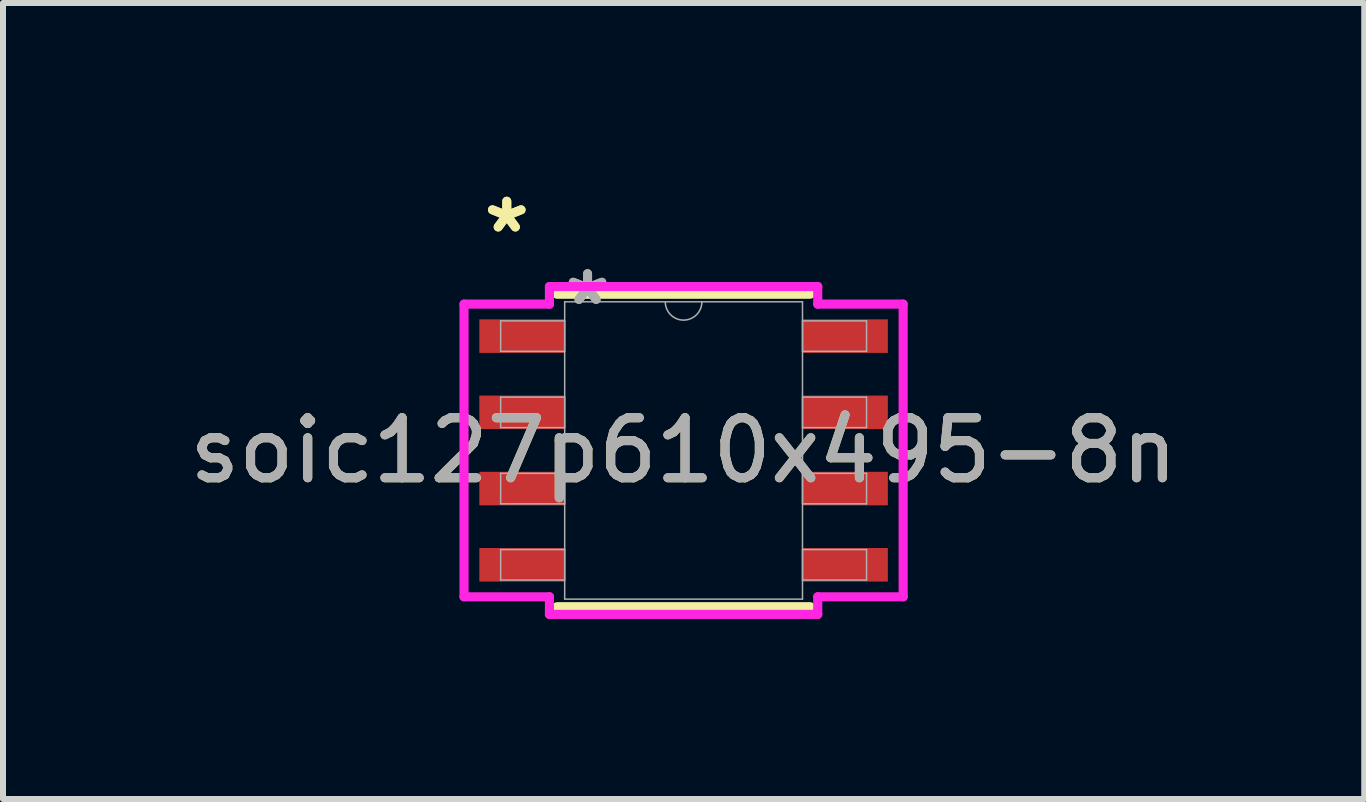
<source format=kicad_pcb>
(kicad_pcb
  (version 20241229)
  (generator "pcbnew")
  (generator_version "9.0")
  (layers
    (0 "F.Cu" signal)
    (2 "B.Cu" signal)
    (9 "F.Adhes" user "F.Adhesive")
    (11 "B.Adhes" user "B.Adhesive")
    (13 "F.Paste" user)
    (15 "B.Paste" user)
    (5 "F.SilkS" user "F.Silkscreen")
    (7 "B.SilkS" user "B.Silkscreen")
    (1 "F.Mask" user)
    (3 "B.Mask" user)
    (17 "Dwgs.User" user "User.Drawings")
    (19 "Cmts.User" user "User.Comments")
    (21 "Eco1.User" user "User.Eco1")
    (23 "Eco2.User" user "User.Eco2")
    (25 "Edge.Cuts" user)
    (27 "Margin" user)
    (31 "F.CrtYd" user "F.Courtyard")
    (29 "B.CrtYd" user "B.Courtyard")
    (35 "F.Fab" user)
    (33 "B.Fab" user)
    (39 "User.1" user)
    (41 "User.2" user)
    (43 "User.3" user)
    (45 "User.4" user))
  (footprint "soic127p610x495-8n"
    (layer "F.Cu")
    (at 8.339 4.455)
    (property "Reference" "soic127p610x495-8n" (at 0 0 0) (unlocked yes) (layer "F.SilkS") (effects (font (size 1 1) (thickness 0.15))))
    (attr smd)
    (fp_line (start -2.108 2.603) (end 2.108 2.603) (stroke (width 0.152) (type solid)) (layer "F.SilkS"))
    (fp_line (start 2.108 -2.603) (end -2.108 -2.603) (stroke (width 0.152) (type solid)) (layer "F.SilkS"))
    (fp_line (start -3.658 -2.438) (end -2.235 -2.438) (stroke (width 0.152) (type solid)) (layer "F.CrtYd"))
    (fp_line (start -3.658 2.438) (end -3.658 -2.438) (stroke (width 0.152) (type solid)) (layer "F.CrtYd"))
    (fp_line (start -3.658 2.438) (end -2.235 2.438) (stroke (width 0.152) (type solid)) (layer "F.CrtYd"))
    (fp_line (start -2.235 -2.731) (end 2.235 -2.731) (stroke (width 0.152) (type solid)) (layer "F.CrtYd"))
    (fp_line (start -2.235 -2.438) (end -2.235 -2.731) (stroke (width 0.152) (type solid)) (layer "F.CrtYd"))
    (fp_line (start -2.235 2.731) (end -2.235 2.438) (stroke (width 0.152) (type solid)) (layer "F.CrtYd"))
    (fp_line (start 2.235 -2.731) (end 2.235 -2.438) (stroke (width 0.152) (type solid)) (layer "F.CrtYd"))
    (fp_line (start 2.235 2.438) (end 2.235 2.731) (stroke (width 0.152) (type solid)) (layer "F.CrtYd"))
    (fp_line (start 2.235 2.731) (end -2.235 2.731) (stroke (width 0.152) (type solid)) (layer "F.CrtYd"))
    (fp_line (start 3.658 -2.438) (end 2.235 -2.438) (stroke (width 0.152) (type solid)) (layer "F.CrtYd"))
    (fp_line (start 3.658 -2.438) (end 3.658 2.438) (stroke (width 0.152) (type solid)) (layer "F.CrtYd"))
    (fp_line (start 3.658 2.438) (end 2.235 2.438) (stroke (width 0.152) (type solid)) (layer "F.CrtYd"))
    (fp_line (start -3.048 -2.159) (end -3.048 -1.651) (stroke (width 0.025) (type solid)) (layer "F.Fab"))
    (fp_line (start -3.048 -1.651) (end -1.981 -1.651) (stroke (width 0.025) (type solid)) (layer "F.Fab"))
    (fp_line (start -3.048 -0.889) (end -3.048 -0.381) (stroke (width 0.025) (type solid)) (layer "F.Fab"))
    (fp_line (start -3.048 -0.381) (end -1.981 -0.381) (stroke (width 0.025) (type solid)) (layer "F.Fab"))
    (fp_line (start -3.048 0.381) (end -3.048 0.889) (stroke (width 0.025) (type solid)) (layer "F.Fab"))
    (fp_line (start -3.048 0.889) (end -1.981 0.889) (stroke (width 0.025) (type solid)) (layer "F.Fab"))
    (fp_line (start -3.048 1.651) (end -3.048 2.159) (stroke (width 0.025) (type solid)) (layer "F.Fab"))
    (fp_line (start -3.048 2.159) (end -1.981 2.159) (stroke (width 0.025) (type solid)) (layer "F.Fab"))
    (fp_line (start -1.981 -2.477) (end -1.981 2.477) (stroke (width 0.025) (type solid)) (layer "F.Fab"))
    (fp_line (start -1.981 -2.159) (end -3.048 -2.159) (stroke (width 0.025) (type solid)) (layer "F.Fab"))
    (fp_line (start -1.981 -1.651) (end -1.981 -2.159) (stroke (width 0.025) (type solid)) (layer "F.Fab"))
    (fp_line (start -1.981 -0.889) (end -3.048 -0.889) (stroke (width 0.025) (type solid)) (layer "F.Fab"))
    (fp_line (start -1.981 -0.381) (end -1.981 -0.889) (stroke (width 0.025) (type solid)) (layer "F.Fab"))
    (fp_line (start -1.981 0.381) (end -3.048 0.381) (stroke (width 0.025) (type solid)) (layer "F.Fab"))
    (fp_line (start -1.981 0.889) (end -1.981 0.381) (stroke (width 0.025) (type solid)) (layer "F.Fab"))
    (fp_line (start -1.981 1.651) (end -3.048 1.651) (stroke (width 0.025) (type solid)) (layer "F.Fab"))
    (fp_line (start -1.981 2.159) (end -1.981 1.651) (stroke (width 0.025) (type solid)) (layer "F.Fab"))
    (fp_line (start -1.981 2.477) (end 1.981 2.477) (stroke (width 0.025) (type solid)) (layer "F.Fab"))
    (fp_line (start 1.981 -2.477) (end -1.981 -2.477) (stroke (width 0.025) (type solid)) (layer "F.Fab"))
    (fp_line (start 1.981 -2.159) (end 1.981 -1.651) (stroke (width 0.025) (type solid)) (layer "F.Fab"))
    (fp_line (start 1.981 -1.651) (end 3.048 -1.651) (stroke (width 0.025) (type solid)) (layer "F.Fab"))
    (fp_line (start 1.981 -0.889) (end 1.981 -0.381) (stroke (width 0.025) (type solid)) (layer "F.Fab"))
    (fp_line (start 1.981 -0.381) (end 3.048 -0.381) (stroke (width 0.025) (type solid)) (layer "F.Fab"))
    (fp_line (start 1.981 0.381) (end 1.981 0.889) (stroke (width 0.025) (type solid)) (layer "F.Fab"))
    (fp_line (start 1.981 0.889) (end 3.048 0.889) (stroke (width 0.025) (type solid)) (layer "F.Fab"))
    (fp_line (start 1.981 1.651) (end 1.981 2.159) (stroke (width 0.025) (type solid)) (layer "F.Fab"))
    (fp_line (start 1.981 2.159) (end 3.048 2.159) (stroke (width 0.025) (type solid)) (layer "F.Fab"))
    (fp_line (start 1.981 2.477) (end 1.981 -2.477) (stroke (width 0.025) (type solid)) (layer "F.Fab"))
    (fp_line (start 3.048 -2.159) (end 1.981 -2.159) (stroke (width 0.025) (type solid)) (layer "F.Fab"))
    (fp_line (start 3.048 -1.651) (end 3.048 -2.159) (stroke (width 0.025) (type solid)) (layer "F.Fab"))
    (fp_line (start 3.048 -0.889) (end 1.981 -0.889) (stroke (width 0.025) (type solid)) (layer "F.Fab"))
    (fp_line (start 3.048 -0.381) (end 3.048 -0.889) (stroke (width 0.025) (type solid)) (layer "F.Fab"))
    (fp_line (start 3.048 0.381) (end 1.981 0.381) (stroke (width 0.025) (type solid)) (layer "F.Fab"))
    (fp_line (start 3.048 0.889) (end 3.048 0.381) (stroke (width 0.025) (type solid)) (layer "F.Fab"))
    (fp_line (start 3.048 1.651) (end 1.981 1.651) (stroke (width 0.025) (type solid)) (layer "F.Fab"))
    (fp_line (start 3.048 2.159) (end 3.048 1.651) (stroke (width 0.025) (type solid)) (layer "F.Fab"))
    (fp_arc (start 0.3048 -2.4765) (mid 0 -2.1717) (end -0.3048 -2.4765) (stroke (width 0.0254) (type solid)) (layer "F.Fab"))
    (fp_text user "*" (at -2.946 -3.607 0) (unlocked yes) (layer "F.SilkS") (effects (font (size 1 1) (thickness 0.15))))
    (fp_text user "*" (at -2.946 -3.607 0) (layer "F.SilkS") (effects (font (size 1 1) (thickness 0.15))))
    (fp_text user "*" (at -1.6 -2.4 0) (unlocked yes) (layer "F.Fab") (effects (font (size 1 1) (thickness 0.15))))
    (fp_text user "${REFERENCE}" (at 0 0 0) (unlocked yes) (layer "F.Fab") (effects (font (size 1 1) (thickness 0.15))))
    (fp_text user "*" (at -1.6 -2.4 0) (layer "F.Fab") (effects (font (size 1 1) (thickness 0.15))))
    (pad "1" smd rect (at -2.692 -1.905) (size 1.422 0.559) (layers "F.Cu" "F.Mask" "F.Paste"))
    (pad "2" smd rect (at -2.692 -0.635) (size 1.422 0.559) (layers "F.Cu" "F.Mask" "F.Paste"))
    (pad "3" smd rect (at -2.692 0.635) (size 1.422 0.559) (layers "F.Cu" "F.Mask" "F.Paste"))
    (pad "4" smd rect (at -2.692 1.905) (size 1.422 0.559) (layers "F.Cu" "F.Mask" "F.Paste"))
    (pad "5" smd rect (at 2.692 1.905) (size 1.422 0.559) (layers "F.Cu" "F.Mask" "F.Paste"))
    (pad "6" smd rect (at 2.692 0.635) (size 1.422 0.559) (layers "F.Cu" "F.Mask" "F.Paste"))
    (pad "7" smd rect (at 2.692 -0.635) (size 1.422 0.559) (layers "F.Cu" "F.Mask" "F.Paste"))
    (pad "8" smd rect (at 2.692 -1.905) (size 1.422 0.559) (layers "F.Cu" "F.Mask" "F.Paste")))
  (gr_rect
    (start -3 -3)
    (end 19.679 10.262)
    (stroke (width 0.1) (type default))
    (fill no)
    (layer "Edge.Cuts")))
</source>
